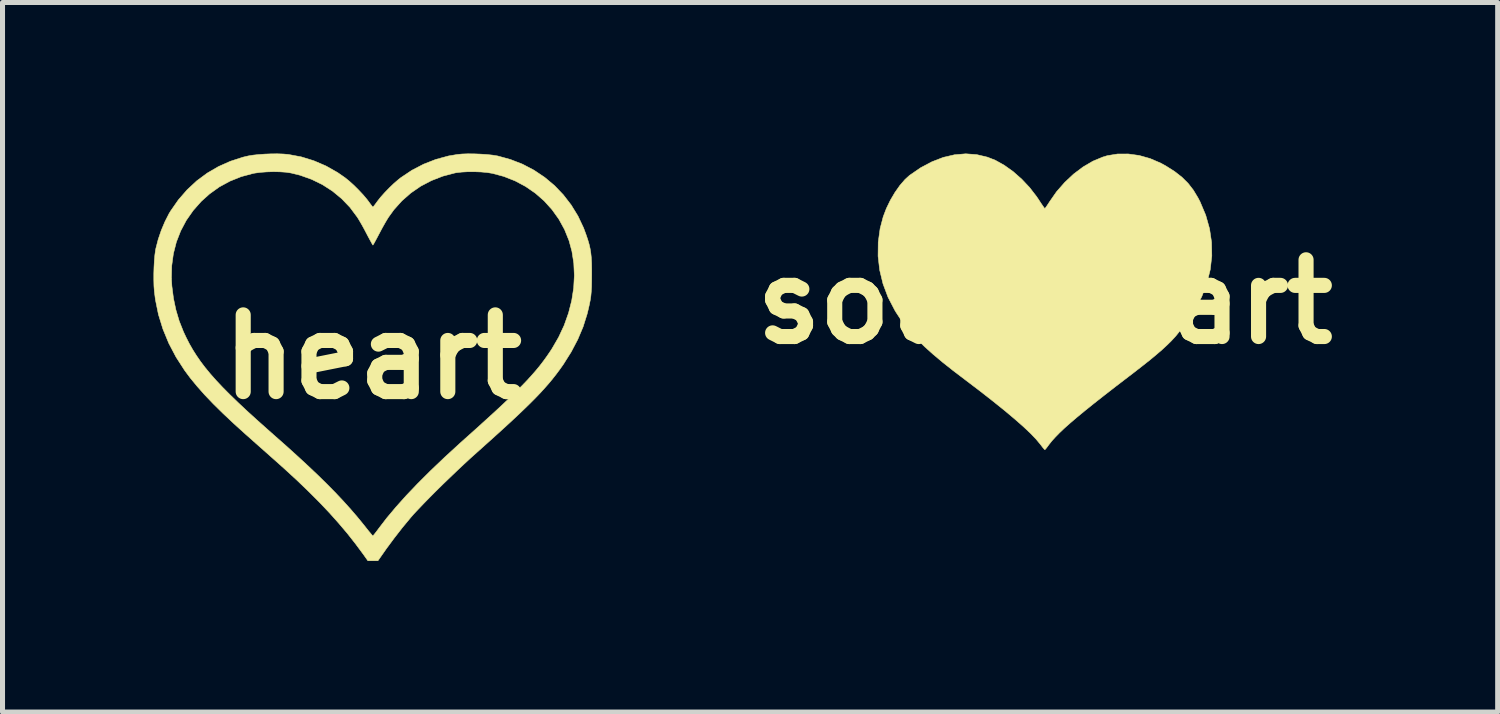
<source format=kicad_pcb>
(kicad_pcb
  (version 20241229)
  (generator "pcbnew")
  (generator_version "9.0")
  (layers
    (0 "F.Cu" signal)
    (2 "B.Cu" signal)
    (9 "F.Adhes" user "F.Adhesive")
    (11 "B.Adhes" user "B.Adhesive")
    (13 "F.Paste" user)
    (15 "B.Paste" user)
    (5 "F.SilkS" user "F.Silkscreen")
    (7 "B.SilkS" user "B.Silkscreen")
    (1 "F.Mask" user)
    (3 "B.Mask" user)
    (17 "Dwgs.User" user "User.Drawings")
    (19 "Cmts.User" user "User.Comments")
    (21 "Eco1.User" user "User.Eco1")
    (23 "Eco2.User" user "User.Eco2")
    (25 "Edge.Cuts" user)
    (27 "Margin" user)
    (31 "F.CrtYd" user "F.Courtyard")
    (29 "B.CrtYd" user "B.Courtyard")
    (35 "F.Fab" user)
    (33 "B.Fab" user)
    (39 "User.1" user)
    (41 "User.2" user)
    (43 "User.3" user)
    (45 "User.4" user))
  (footprint "heart"
    (layer "F.Cu")
    (at 4.357 4.039)
    (property "Reference" "heart" (at 0 0 0) (layer "F.SilkS") (effects (font (size 1.524 1.524) (thickness 0.3))))
    (attr through_hole)
    (fp_poly (pts (xy -1.781 -4.03) (xy -1.686 -4.022) (xy -1.678 -4.021) (xy -1.422 -3.973) (xy -1.173 -3.896) (xy -0.933 -3.793) (xy -0.703 -3.663) (xy -0.553 -3.559) (xy -0.468 -3.49) (xy -0.375 -3.406) (xy -0.281 -3.312) (xy -0.193 -3.218) (xy -0.118 -3.129) (xy -0.087 -3.088) (xy -0.052 -3.04) (xy -0.023 -3.002) (xy -0.004 -2.98) (xy 0 -2.976) (xy 0.011 -2.987) (xy 0.035 -3.017) (xy 0.067 -3.06) (xy 0.087 -3.088) (xy 0.152 -3.171) (xy 0.234 -3.263) (xy 0.326 -3.358) (xy 0.42 -3.448) (xy 0.511 -3.526) (xy 0.553 -3.559) (xy 0.774 -3.707) (xy 1.007 -3.828) (xy 1.25 -3.923) (xy 1.501 -3.991) (xy 1.678 -4.021) (xy 1.771 -4.03) (xy 1.884 -4.034) (xy 2.009 -4.033) (xy 2.138 -4.028) (xy 2.263 -4.02) (xy 2.375 -4.008) (xy 2.467 -3.993) (xy 2.475 -3.992) (xy 2.73 -3.922) (xy 2.972 -3.828) (xy 3.199 -3.709) (xy 3.411 -3.567) (xy 3.606 -3.404) (xy 3.782 -3.22) (xy 3.938 -3.018) (xy 4.073 -2.798) (xy 4.185 -2.561) (xy 4.232 -2.434) (xy 4.267 -2.331) (xy 4.294 -2.239) (xy 4.314 -2.152) (xy 4.328 -2.065) (xy 4.338 -1.972) (xy 4.344 -1.866) (xy 4.346 -1.741) (xy 4.346 -1.64) (xy 4.345 -1.505) (xy 4.343 -1.392) (xy 4.337 -1.295) (xy 4.329 -1.207) (xy 4.316 -1.122) (xy 4.298 -1.033) (xy 4.275 -0.933) (xy 4.253 -0.845) (xy 4.175 -0.598) (xy 4.07 -0.349) (xy 3.938 -0.098) (xy 3.781 0.151) (xy 3.708 0.254) (xy 3.641 0.344) (xy 3.571 0.433) (xy 3.497 0.523) (xy 3.416 0.615) (xy 3.329 0.711) (xy 3.232 0.812) (xy 3.125 0.92) (xy 3.006 1.036) (xy 2.873 1.163) (xy 2.725 1.301) (xy 2.56 1.452) (xy 2.377 1.618) (xy 2.174 1.8) (xy 2.061 1.901) (xy 1.935 2.014) (xy 1.801 2.138) (xy 1.663 2.268) (xy 1.523 2.402) (xy 1.383 2.537) (xy 1.248 2.67) (xy 1.12 2.799) (xy 1.003 2.919) (xy 0.898 3.029) (xy 0.809 3.124) (xy 0.749 3.193) (xy 0.585 3.391) (xy 0.421 3.602) (xy 0.265 3.813) (xy 0.219 3.879) (xy 0.1 4.049) (xy -0.1 4.049) (xy -0.19 3.922) (xy -0.345 3.713) (xy -0.507 3.507) (xy -0.68 3.303) (xy -0.864 3.097) (xy -1.063 2.887) (xy -1.278 2.672) (xy -1.512 2.447) (xy -1.768 2.212) (xy -1.952 2.048) (xy -2.05 1.961) (xy -2.158 1.865) (xy -2.27 1.766) (xy -2.377 1.671) (xy -2.473 1.585) (xy -2.518 1.546) (xy -2.758 1.329) (xy -2.975 1.125) (xy -3.169 0.934) (xy -3.342 0.753) (xy -3.494 0.581) (xy -3.628 0.418) (xy -3.739 0.269) (xy -3.911 0.002) (xy -4.055 -0.272) (xy -4.171 -0.554) (xy -4.26 -0.842) (xy -4.32 -1.136) (xy -4.341 -1.301) (xy -4.349 -1.406) (xy -4.352 -1.527) (xy -4.352 -1.561) (xy -4.002 -1.561) (xy -3.993 -1.408) (xy -3.961 -1.161) (xy -3.913 -0.933) (xy -3.848 -0.714) (xy -3.762 -0.497) (xy -3.709 -0.385) (xy -3.647 -0.263) (xy -3.579 -0.144) (xy -3.505 -0.027) (xy -3.423 0.092) (xy -3.332 0.212) (xy -3.229 0.337) (xy -3.114 0.467) (xy -2.985 0.604) (xy -2.841 0.749) (xy -2.68 0.905) (xy -2.501 1.073) (xy -2.302 1.254) (xy -2.082 1.45) (xy -1.974 1.546) (xy -1.72 1.77) (xy -1.488 1.98) (xy -1.276 2.176) (xy -1.081 2.361) (xy -0.902 2.537) (xy -0.737 2.705) (xy -0.584 2.868) (xy -0.441 3.027) (xy -0.306 3.184) (xy -0.177 3.342) (xy -0.131 3.4) (xy -0.086 3.457) (xy -0.047 3.504) (xy -0.018 3.538) (xy -0.002 3.555) (xy -0.001 3.555) (xy 0.01 3.544) (xy 0.035 3.514) (xy 0.07 3.469) (xy 0.111 3.414) (xy 0.116 3.407) (xy 0.275 3.2) (xy 0.458 2.982) (xy 0.663 2.753) (xy 0.893 2.512) (xy 1.147 2.259) (xy 1.425 1.994) (xy 1.729 1.715) (xy 1.836 1.619) (xy 2.052 1.426) (xy 2.247 1.249) (xy 2.423 1.089) (xy 2.581 0.942) (xy 2.723 0.807) (xy 2.85 0.683) (xy 2.964 0.569) (xy 3.067 0.462) (xy 3.159 0.36) (xy 3.243 0.264) (xy 3.32 0.17) (xy 3.391 0.077) (xy 3.458 -0.016) (xy 3.523 -0.111) (xy 3.555 -0.16) (xy 3.688 -0.389) (xy 3.799 -0.627) (xy 3.886 -0.872) (xy 3.949 -1.12) (xy 3.988 -1.37) (xy 4.001 -1.617) (xy 3.99 -1.861) (xy 3.953 -2.097) (xy 3.896 -2.308) (xy 3.807 -2.529) (xy 3.694 -2.735) (xy 3.558 -2.925) (xy 3.402 -3.098) (xy 3.226 -3.252) (xy 3.033 -3.385) (xy 2.825 -3.496) (xy 2.602 -3.584) (xy 2.376 -3.645) (xy 2.272 -3.662) (xy 2.15 -3.673) (xy 2.019 -3.678) (xy 1.887 -3.678) (xy 1.764 -3.671) (xy 1.658 -3.659) (xy 1.627 -3.653) (xy 1.388 -3.59) (xy 1.162 -3.502) (xy 0.95 -3.391) (xy 0.754 -3.256) (xy 0.576 -3.1) (xy 0.417 -2.923) (xy 0.313 -2.779) (xy 0.279 -2.725) (xy 0.237 -2.653) (xy 0.19 -2.57) (xy 0.144 -2.484) (xy 0.122 -2.442) (xy 0.084 -2.37) (xy 0.05 -2.307) (xy 0.024 -2.259) (xy 0.006 -2.229) (xy 0 -2.221) (xy -0.009 -2.233) (xy -0.028 -2.267) (xy -0.056 -2.318) (xy -0.091 -2.383) (xy -0.122 -2.442) (xy -0.166 -2.526) (xy -0.213 -2.612) (xy -0.258 -2.69) (xy -0.297 -2.755) (xy -0.313 -2.779) (xy -0.456 -2.971) (xy -0.62 -3.142) (xy -0.803 -3.293) (xy -1.003 -3.422) (xy -1.218 -3.527) (xy -1.448 -3.609) (xy -1.627 -3.653) (xy -1.726 -3.668) (xy -1.844 -3.676) (xy -1.973 -3.679) (xy -2.105 -3.675) (xy -2.231 -3.666) (xy -2.343 -3.651) (xy -2.376 -3.645) (xy -2.615 -3.581) (xy -2.84 -3.491) (xy -3.05 -3.377) (xy -3.245 -3.237) (xy -3.409 -3.09) (xy -3.57 -2.908) (xy -3.707 -2.712) (xy -3.818 -2.503) (xy -3.904 -2.282) (xy -3.963 -2.051) (xy -3.996 -1.81) (xy -4.002 -1.561) (xy -4.352 -1.561) (xy -4.352 -1.656) (xy -4.348 -1.786) (xy -4.341 -1.912) (xy -4.331 -2.025) (xy -4.318 -2.119) (xy -4.312 -2.151) (xy -4.265 -2.333) (xy -4.203 -2.515) (xy -4.13 -2.688) (xy -4.05 -2.845) (xy -4.018 -2.898) (xy -3.864 -3.119) (xy -3.691 -3.318) (xy -3.5 -3.496) (xy -3.292 -3.65) (xy -3.069 -3.78) (xy -2.831 -3.886) (xy -2.581 -3.967) (xy -2.475 -3.992) (xy -2.385 -4.007) (xy -2.274 -4.019) (xy -2.15 -4.028) (xy -2.021 -4.033) (xy -1.896 -4.034) (xy -1.781 -4.03)) (stroke (width 0.01) (type solid)) (fill yes) (layer "F.SilkS")))
  (footprint "solidheart"
    (layer "F.Cu")
    (at 17.703 2.945)
    (property "Reference" "solidheart" (at 0 0 0) (layer "F.SilkS") (effects (font (size 1.524 1.524) (thickness 0.3))))
    (attr through_hole)
    (fp_poly (pts (xy -1.353 -2.924) (xy -1.141 -2.874) (xy -0.983 -2.812) (xy -0.807 -2.714) (xy -0.629 -2.587) (xy -0.458 -2.436) (xy -0.301 -2.269) (xy -0.163 -2.09) (xy -0.127 -2.037) (xy -0.081 -1.966) (xy -0.041 -1.907) (xy -0.013 -1.868) (xy -0.000071 -1.853) (xy 0 -1.853) (xy 0.013 -1.867) (xy 0.04 -1.905) (xy 0.076 -1.959) (xy 0.091 -1.983) (xy 0.233 -2.187) (xy 0.396 -2.373) (xy 0.573 -2.539) (xy 0.761 -2.68) (xy 0.955 -2.794) (xy 1.152 -2.876) (xy 1.241 -2.903) (xy 1.444 -2.936) (xy 1.657 -2.937) (xy 1.874 -2.907) (xy 2.091 -2.846) (xy 2.303 -2.755) (xy 2.403 -2.7) (xy 2.578 -2.589) (xy 2.723 -2.476) (xy 2.845 -2.355) (xy 2.95 -2.22) (xy 3.044 -2.064) (xy 3.084 -1.987) (xy 3.196 -1.721) (xy 3.272 -1.452) (xy 3.312 -1.182) (xy 3.317 -0.912) (xy 3.286 -0.641) (xy 3.22 -0.372) (xy 3.118 -0.105) (xy 2.982 0.159) (xy 2.811 0.419) (xy 2.606 0.674) (xy 2.582 0.701) (xy 2.508 0.781) (xy 2.425 0.862) (xy 2.331 0.949) (xy 2.222 1.043) (xy 2.096 1.148) (xy 1.947 1.266) (xy 1.775 1.4) (xy 1.66 1.488) (xy 1.404 1.684) (xy 1.176 1.861) (xy 0.974 2.02) (xy 0.796 2.163) (xy 0.641 2.291) (xy 0.507 2.405) (xy 0.391 2.508) (xy 0.293 2.601) (xy 0.21 2.686) (xy 0.14 2.763) (xy 0.083 2.835) (xy 0.062 2.864) (xy 0.03 2.906) (xy 0.007 2.933) (xy 0 2.938) (xy -0.014 2.924) (xy -0.044 2.889) (xy -0.083 2.838) (xy -0.091 2.828) (xy -0.172 2.73) (xy -0.284 2.613) (xy -0.426 2.479) (xy -0.598 2.328) (xy -0.798 2.16) (xy -1.028 1.975) (xy -1.285 1.774) (xy -1.569 1.558) (xy -1.578 1.551) (xy -1.819 1.368) (xy -2.031 1.2) (xy -2.217 1.044) (xy -2.381 0.897) (xy -2.524 0.757) (xy -2.651 0.621) (xy -2.763 0.486) (xy -2.863 0.349) (xy -2.956 0.207) (xy -2.98 0.167) (xy -3.114 -0.091) (xy -3.214 -0.358) (xy -3.28 -0.631) (xy -3.312 -0.907) (xy -3.309 -1.183) (xy -3.271 -1.458) (xy -3.21 -1.69) (xy -3.148 -1.853) (xy -3.069 -2.016) (xy -2.978 -2.171) (xy -2.879 -2.312) (xy -2.777 -2.43) (xy -2.688 -2.511) (xy -2.467 -2.663) (xy -2.242 -2.782) (xy -2.017 -2.869) (xy -1.793 -2.921) (xy -1.57 -2.94) (xy -1.353 -2.924)) (stroke (width 0.01) (type solid)) (fill yes) (layer "F.SilkS")))
  (gr_rect
    (start -3 -3)
    (end 26.698 11.093)
    (stroke (width 0.1) (type default))
    (fill no)
    (layer "Edge.Cuts")))
</source>
